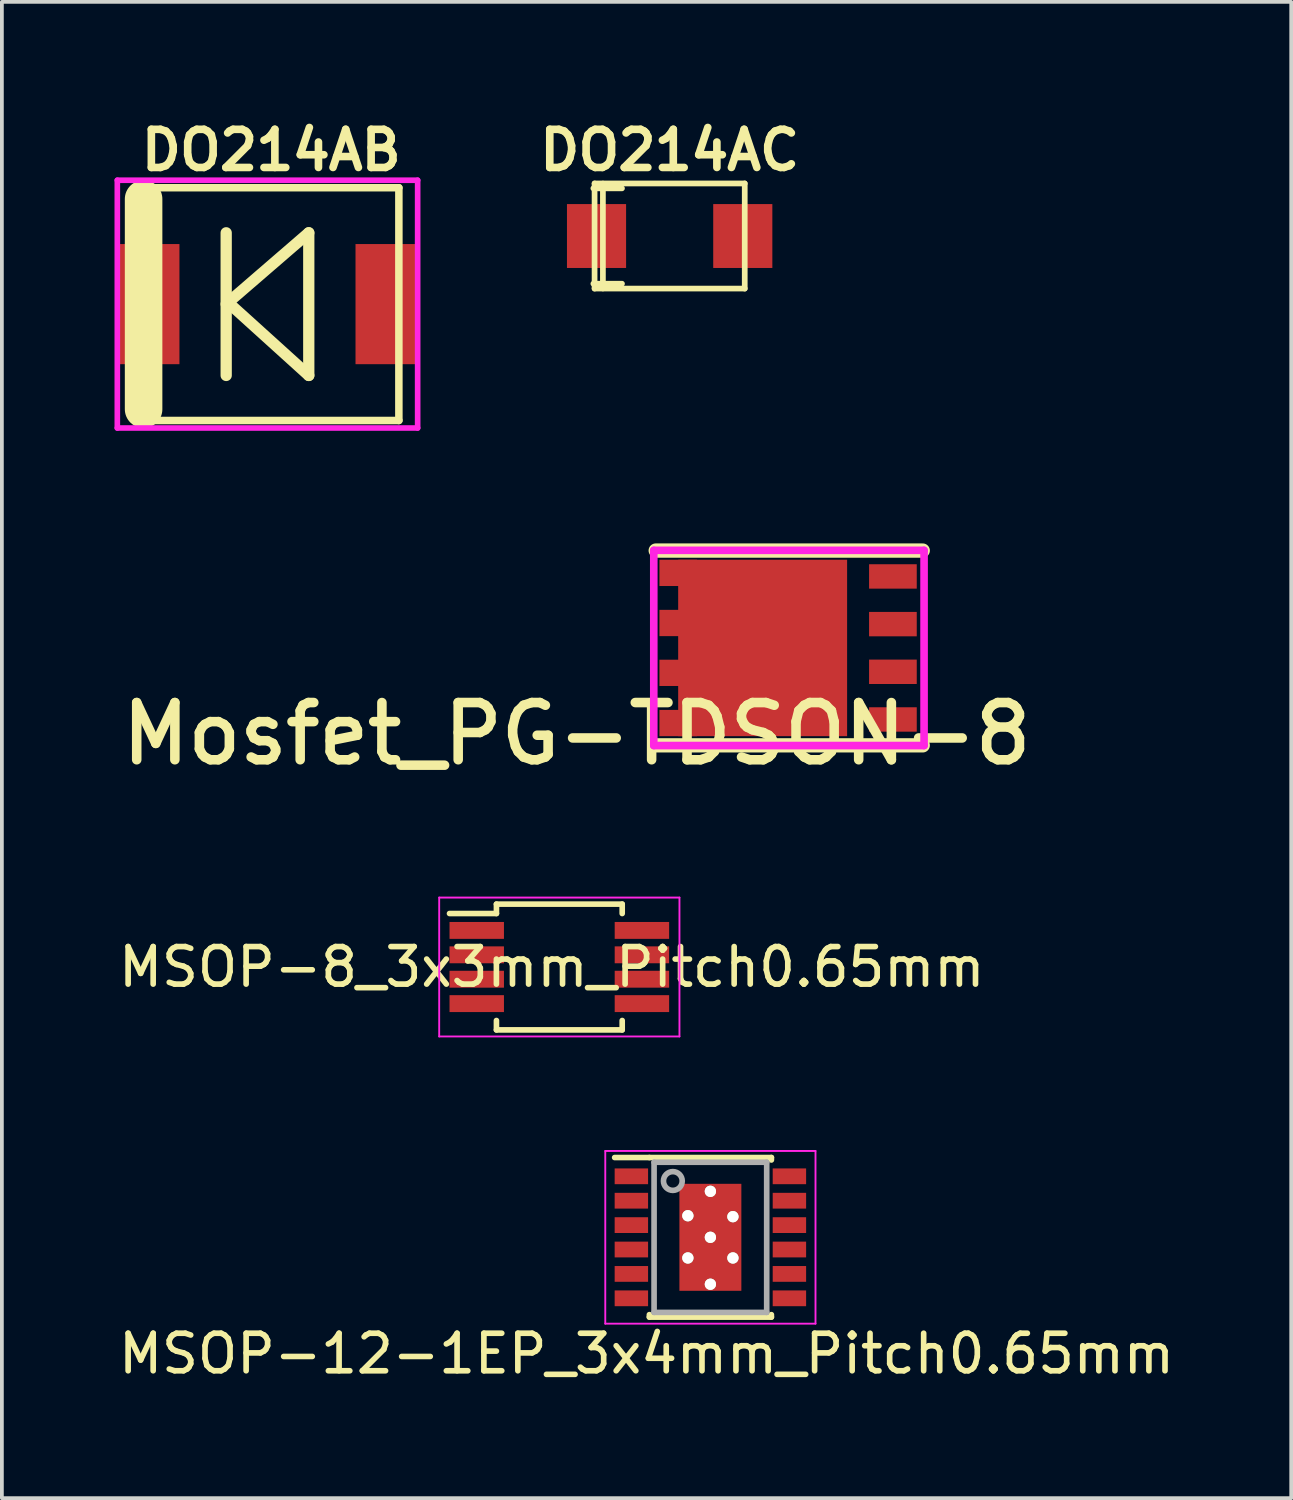
<source format=kicad_pcb>
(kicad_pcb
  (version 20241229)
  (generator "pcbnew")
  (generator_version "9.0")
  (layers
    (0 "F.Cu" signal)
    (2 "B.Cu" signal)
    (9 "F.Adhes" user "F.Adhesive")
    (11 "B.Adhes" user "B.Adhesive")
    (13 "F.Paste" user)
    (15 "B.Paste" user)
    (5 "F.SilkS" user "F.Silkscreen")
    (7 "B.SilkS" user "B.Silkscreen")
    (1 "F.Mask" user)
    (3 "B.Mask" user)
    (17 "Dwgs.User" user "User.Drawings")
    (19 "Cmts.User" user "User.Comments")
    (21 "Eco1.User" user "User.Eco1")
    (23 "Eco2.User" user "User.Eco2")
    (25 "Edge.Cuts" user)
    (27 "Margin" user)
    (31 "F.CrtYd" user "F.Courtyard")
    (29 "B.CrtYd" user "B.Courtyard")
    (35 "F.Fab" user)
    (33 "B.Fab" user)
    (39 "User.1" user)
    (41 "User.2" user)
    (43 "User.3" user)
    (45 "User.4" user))
  (footprint "Mosfet_PG-TDSON-8"
    (layer "F.Cu")
    (at 17.265 14.21)
    (property "Reference" "Mosfet_PG-TDSON-8" (at -4.953 2.286 0) (layer "F.SilkS") (effects (font (size 1.524 1.524) (thickness 0.254))))
    (attr through_hole)
    (fp_line (start -2.848 -2.594) (end 4.264 -2.594) (stroke (width 0.381) (type solid)) (layer "F.SilkS"))
    (fp_line (start -2.848 2.594) (end 4.264 2.594) (stroke (width 0.381) (type solid)) (layer "F.SilkS"))
    (fp_line (start -2.9 -2.6) (end 4.3 -2.6) (stroke (width 0.203) (type solid)) (layer "F.CrtYd"))
    (fp_line (start -2.9 2.6) (end -2.9 -2.6) (stroke (width 0.203) (type solid)) (layer "F.CrtYd"))
    (fp_line (start 4.3 -2.6) (end 4.3 2.6) (stroke (width 0.203) (type solid)) (layer "F.CrtYd"))
    (fp_line (start 4.3 2.6) (end -2.9 2.6) (stroke (width 0.203) (type solid)) (layer "F.CrtYd"))
    (pad "D" smd rect (at -2.25 -2) (size 1 0.7) (layers "F.Cu" "F.Mask" "F.Paste"))
    (pad "D" smd rect (at -2.25 -0.665) (size 1 0.7) (layers "F.Cu" "F.Mask" "F.Paste"))
    (pad "D" smd rect (at -2.25 0.663) (size 1 0.7) (layers "F.Cu" "F.Mask" "F.Paste"))
    (pad "D" smd rect (at -2.25 2) (size 1 0.7) (layers "F.Cu" "F.Mask" "F.Paste"))
    (pad "D" smd rect (at 0 0) (size 4.5 4.7) (layers "F.Cu" "F.Mask" "F.Paste"))
    (pad "G" smd rect (at 3.47 -1.905) (size 1.27 0.65) (layers "F.Cu" "F.Mask" "F.Paste"))
    (pad "S" smd rect (at 3.47 -0.635) (size 1.27 0.65) (layers "F.Cu" "F.Mask" "F.Paste"))
    (pad "S" smd rect (at 3.47 0.635) (size 1.27 0.65) (layers "F.Cu" "F.Mask" "F.Paste"))
    (pad "S" smd rect (at 3.47 1.905) (size 1.27 0.65) (layers "F.Cu" "F.Mask" "F.Paste")))
  (footprint "DO214AB"
    (layer "F.Cu")
    (at 4.075 5.051)
    (property "Reference" "DO214AB" (at 0.1 -4.1 0) (layer "F.SilkS") (effects (font (size 1.016 1.016) (thickness 0.203))))
    (attr through_hole)
    (fp_line (start -3.5 3.1) (end 3.5 3.1) (stroke (width 0.2) (type solid)) (layer "F.SilkS"))
    (fp_line (start -3.3 2.8) (end -3.3 -2.8) (stroke (width 1) (type solid)) (layer "F.SilkS"))
    (fp_line (start -1.1 -1.9) (end -1.1 1.9) (stroke (width 0.3) (type solid)) (layer "F.SilkS"))
    (fp_line (start -1.1 0) (end 1.1 -1.9) (stroke (width 0.3) (type solid)) (layer "F.SilkS"))
    (fp_line (start 1.1 -1.9) (end 1.1 1.9) (stroke (width 0.3) (type solid)) (layer "F.SilkS"))
    (fp_line (start 1.1 1.9) (end -1 0) (stroke (width 0.3) (type solid)) (layer "F.SilkS"))
    (fp_line (start 3.5 -3.1) (end -3.5 -3.1) (stroke (width 0.2) (type solid)) (layer "F.SilkS"))
    (fp_line (start 3.5 -3.1) (end 3.5 3.1) (stroke (width 0.2) (type solid)) (layer "F.SilkS"))
    (fp_line (start -4 -3.3) (end -4 3.3) (stroke (width 0.15) (type solid)) (layer "F.CrtYd"))
    (fp_line (start -4 3.3) (end 4 3.3) (stroke (width 0.15) (type solid)) (layer "F.CrtYd"))
    (fp_line (start 4 -3.3) (end -4 -3.3) (stroke (width 0.15) (type solid)) (layer "F.CrtYd"))
    (fp_line (start 4 3.3) (end 4 -3.3) (stroke (width 0.15) (type solid)) (layer "F.CrtYd"))
    (pad "1" smd rect (at -3.145 0) (size 1.6 3.2) (layers "F.Cu" "F.Mask" "F.Paste"))
    (pad "2" smd rect (at 3.145 0) (size 1.6 3.2) (layers "F.Cu" "F.Mask" "F.Paste")))
  (footprint "DO214AC"
    (layer "F.Cu")
    (at 14.788 3.237)
    (property "Reference" "DO214AC" (at 0 -2.286 0) (layer "F.SilkS") (effects (font (size 1.016 1.016) (thickness 0.203))))
    (attr through_hole)
    (fp_line (start -2.032 -1.27) (end -1.27 -1.27) (stroke (width 0.152) (type solid)) (layer "F.SilkS"))
    (fp_line (start -2.032 1.27) (end -1.27 1.27) (stroke (width 0.152) (type solid)) (layer "F.SilkS"))
    (fp_line (start -2 -1.4) (end -2 1.4) (stroke (width 0.152) (type solid)) (layer "F.SilkS"))
    (fp_line (start -2 1.4) (end 2 1.4) (stroke (width 0.152) (type solid)) (layer "F.SilkS"))
    (fp_line (start -1.778 1.397) (end -1.778 -1.397) (stroke (width 0.152) (type solid)) (layer "F.SilkS"))
    (fp_line (start 2 -1.4) (end -2 -1.4) (stroke (width 0.152) (type solid)) (layer "F.SilkS"))
    (fp_line (start 2 1.4) (end 2 -1.4) (stroke (width 0.152) (type solid)) (layer "F.SilkS"))
    (pad "1" smd rect (at -1.948 0) (size 1.575 1.702) (layers "F.Cu" "F.Mask" "F.Paste"))
    (pad "2" smd rect (at 1.948 0) (size 1.575 1.702) (layers "F.Cu" "F.Mask" "F.Paste")))
  (footprint "MSOP-8_3x3mm_Pitch0.65mm"
    (layer "F.Cu")
    (at 11.849 22.709)
    (property "Reference" "MSOP-8_3x3mm_Pitch0.65mm" (at -0.2 0 0) (layer "F.SilkS") (effects (font (size 1 1) (thickness 0.15))))
    (attr smd)
    (fp_line (start -1.675 -1.675) (end -1.675 -1.425) (stroke (width 0.15) (type solid)) (layer "F.SilkS"))
    (fp_line (start -1.675 -1.675) (end 1.675 -1.675) (stroke (width 0.15) (type solid)) (layer "F.SilkS"))
    (fp_line (start -1.675 -1.425) (end -2.925 -1.425) (stroke (width 0.15) (type solid)) (layer "F.SilkS"))
    (fp_line (start -1.675 1.675) (end -1.675 1.425) (stroke (width 0.15) (type solid)) (layer "F.SilkS"))
    (fp_line (start -1.675 1.675) (end 1.675 1.675) (stroke (width 0.15) (type solid)) (layer "F.SilkS"))
    (fp_line (start 1.675 -1.675) (end 1.675 -1.425) (stroke (width 0.15) (type solid)) (layer "F.SilkS"))
    (fp_line (start 1.675 1.675) (end 1.675 1.425) (stroke (width 0.15) (type solid)) (layer "F.SilkS"))
    (fp_line (start -3.2 -1.85) (end -3.2 1.85) (stroke (width 0.05) (type solid)) (layer "F.CrtYd"))
    (fp_line (start -3.2 -1.85) (end 3.2 -1.85) (stroke (width 0.05) (type solid)) (layer "F.CrtYd"))
    (fp_line (start -3.2 1.85) (end 3.2 1.85) (stroke (width 0.05) (type solid)) (layer "F.CrtYd"))
    (fp_line (start 3.2 -1.85) (end 3.2 1.85) (stroke (width 0.05) (type solid)) (layer "F.CrtYd"))
    (pad "1" smd rect (at -2.2 -0.975) (size 1.45 0.45) (layers "F.Cu" "F.Mask" "F.Paste"))
    (pad "2" smd rect (at -2.2 -0.325) (size 1.45 0.45) (layers "F.Cu" "F.Mask" "F.Paste"))
    (pad "3" smd rect (at -2.2 0.325) (size 1.45 0.45) (layers "F.Cu" "F.Mask" "F.Paste"))
    (pad "4" smd rect (at -2.2 0.975) (size 1.45 0.45) (layers "F.Cu" "F.Mask" "F.Paste"))
    (pad "5" smd rect (at 2.2 0.975) (size 1.45 0.45) (layers "F.Cu" "F.Mask" "F.Paste"))
    (pad "6" smd rect (at 2.2 0.325) (size 1.45 0.45) (layers "F.Cu" "F.Mask" "F.Paste"))
    (pad "7" smd rect (at 2.2 -0.325) (size 1.45 0.45) (layers "F.Cu" "F.Mask" "F.Paste"))
    (pad "8" smd rect (at 2.2 -0.975) (size 1.45 0.45) (layers "F.Cu" "F.Mask" "F.Paste")))
  (footprint "MSOP-12-1EP_3x4mm_Pitch0.65mm"
    (placed yes)
    (layer "F.Cu")
    (at 15.873 29.909)
    (property "Reference" "MSOP-12-1EP_3x4mm_Pitch0.65mm" (at -1.7 3.1 0) (layer "F.SilkS") (effects (font (size 1 1) (thickness 0.15))))
    (attr smd)
    (fp_line (start -1.625 -2.125) (end -2.55 -2.125) (stroke (width 0.15) (type solid)) (layer "F.SilkS"))
    (fp_line (start -1.625 -2.125) (end 1.625 -2.125) (stroke (width 0.15) (type solid)) (layer "F.SilkS"))
    (fp_line (start -1.625 2.125) (end -1.625 2.06) (stroke (width 0.15) (type solid)) (layer "F.SilkS"))
    (fp_line (start -1.625 2.125) (end 1.625 2.125) (stroke (width 0.15) (type solid)) (layer "F.SilkS"))
    (fp_line (start 1.625 -2.125) (end 1.625 -2.06) (stroke (width 0.15) (type solid)) (layer "F.SilkS"))
    (fp_line (start 1.625 2.125) (end 1.625 2.06) (stroke (width 0.15) (type solid)) (layer "F.SilkS"))
    (fp_line (start -2.8 -2.3) (end -2.8 2.3) (stroke (width 0.05) (type solid)) (layer "F.CrtYd"))
    (fp_line (start -2.8 -2.3) (end 2.8 -2.3) (stroke (width 0.05) (type solid)) (layer "F.CrtYd"))
    (fp_line (start -2.8 2.3) (end 2.8 2.3) (stroke (width 0.05) (type solid)) (layer "F.CrtYd"))
    (fp_line (start 2.8 -2.3) (end 2.8 2.3) (stroke (width 0.05) (type solid)) (layer "F.CrtYd"))
    (fp_line (start -1.5 -2) (end 1.5 -2) (stroke (width 0.15) (type solid)) (layer "F.Fab"))
    (fp_line (start -1.5 2) (end -1.5 -2) (stroke (width 0.15) (type solid)) (layer "F.Fab"))
    (fp_line (start 1.5 -2) (end 1.5 2) (stroke (width 0.15) (type solid)) (layer "F.Fab"))
    (fp_line (start 1.5 2) (end -1.5 2) (stroke (width 0.15) (type solid)) (layer "F.Fab"))
    (fp_circle (center -1 -1.5) (end -1.25 -1.5) (stroke (width 0.15) (type solid)) (fill no) (layer "F.Fab"))
    (pad "" smd circle (at -0.475 -1.075) (size 0.6 0.6) (layers "F.Mask" "F.Paste"))
    (pad "" smd circle (at -0.475 -0.025) (size 0.6 0.6) (layers "F.Mask" "F.Paste"))
    (pad "" smd circle (at -0.475 1.075) (size 0.6 0.6) (layers "F.Mask" "F.Paste"))
    (pad "" smd circle (at 0 -0.55) (size 0.6 0.6) (layers "F.Mask" "F.Paste"))
    (pad "" smd circle (at 0 0.525) (size 0.6 0.6) (layers "F.Mask" "F.Paste"))
    (pad "" smd circle (at 0.475 -1.075) (size 0.6 0.6) (layers "F.Mask" "F.Paste"))
    (pad "" smd circle (at 0.475 0) (size 0.6 0.6) (layers "F.Mask" "F.Paste"))
    (pad "" smd circle (at 0.475 1.075) (size 0.6 0.6) (layers "F.Mask" "F.Paste"))
    (pad "1" smd rect (at -2.105 -1.625) (size 0.89 0.42) (layers "F.Cu" "F.Mask" "F.Paste"))
    (pad "2" smd rect (at -2.105 -0.975) (size 0.89 0.42) (layers "F.Cu" "F.Mask" "F.Paste"))
    (pad "3" smd rect (at -2.105 -0.325) (size 0.89 0.42) (layers "F.Cu" "F.Mask" "F.Paste"))
    (pad "4" smd rect (at -2.105 0.325) (size 0.89 0.42) (layers "F.Cu" "F.Mask" "F.Paste"))
    (pad "5" smd rect (at -2.105 0.975) (size 0.89 0.42) (layers "F.Cu" "F.Mask" "F.Paste"))
    (pad "6" smd rect (at -2.105 1.625) (size 0.89 0.42) (layers "F.Cu" "F.Mask" "F.Paste"))
    (pad "7" smd rect (at 2.105 1.625) (size 0.89 0.42) (layers "F.Cu" "F.Mask" "F.Paste"))
    (pad "8" smd rect (at 2.105 0.975) (size 0.89 0.42) (layers "F.Cu" "F.Mask" "F.Paste"))
    (pad "9" smd rect (at 2.105 0.325) (size 0.89 0.42) (layers "F.Cu" "F.Mask" "F.Paste"))
    (pad "10" smd rect (at 2.105 -0.325) (size 0.89 0.42) (layers "F.Cu" "F.Mask" "F.Paste"))
    (pad "11" smd rect (at 2.105 -0.975) (size 0.89 0.42) (layers "F.Cu" "F.Mask" "F.Paste"))
    (pad "12" smd rect (at 2.105 -1.625) (size 0.89 0.42) (layers "F.Cu" "F.Mask" "F.Paste"))
    (pad "13" thru_hole circle (at -0.6 -0.575) (size 0.3 0.3) (drill 0.3) (layers "*.Cu" "*.Mask" "F.SilkS"))
    (pad "13" thru_hole circle (at -0.6 0.55) (size 0.3 0.3) (drill 0.3) (layers "*.Cu" "*.Mask" "F.SilkS"))
    (pad "13" thru_hole circle (at 0 -1.225) (size 0.3 0.3) (drill 0.3) (layers "*.Cu" "*.Mask" "F.SilkS"))
    (pad "13" thru_hole circle (at 0 0) (size 0.3 0.3) (drill 0.3) (layers "*.Cu" "*.Mask" "F.SilkS"))
    (pad "13" smd rect (at 0 0) (size 1.65 2.85) (layers "F.Cu" "F.Mask" "F.Paste"))
    (pad "13" thru_hole circle (at 0 1.25) (size 0.3 0.3) (drill 0.3) (layers "*.Cu" "*.Mask" "F.SilkS"))
    (pad "13" thru_hole circle (at 0.6 -0.55) (size 0.3 0.3) (drill 0.3) (layers "*.Cu" "*.Mask" "F.SilkS"))
    (pad "13" thru_hole circle (at 0.6 0.55) (size 0.3 0.3) (drill 0.3) (layers "*.Cu" "*.Mask" "F.SilkS")))
  (gr_rect
    (start -3 -3)
    (end 31.345 36.857)
    (stroke (width 0.1) (type default))
    (fill no)
    (layer "Edge.Cuts")))
</source>
